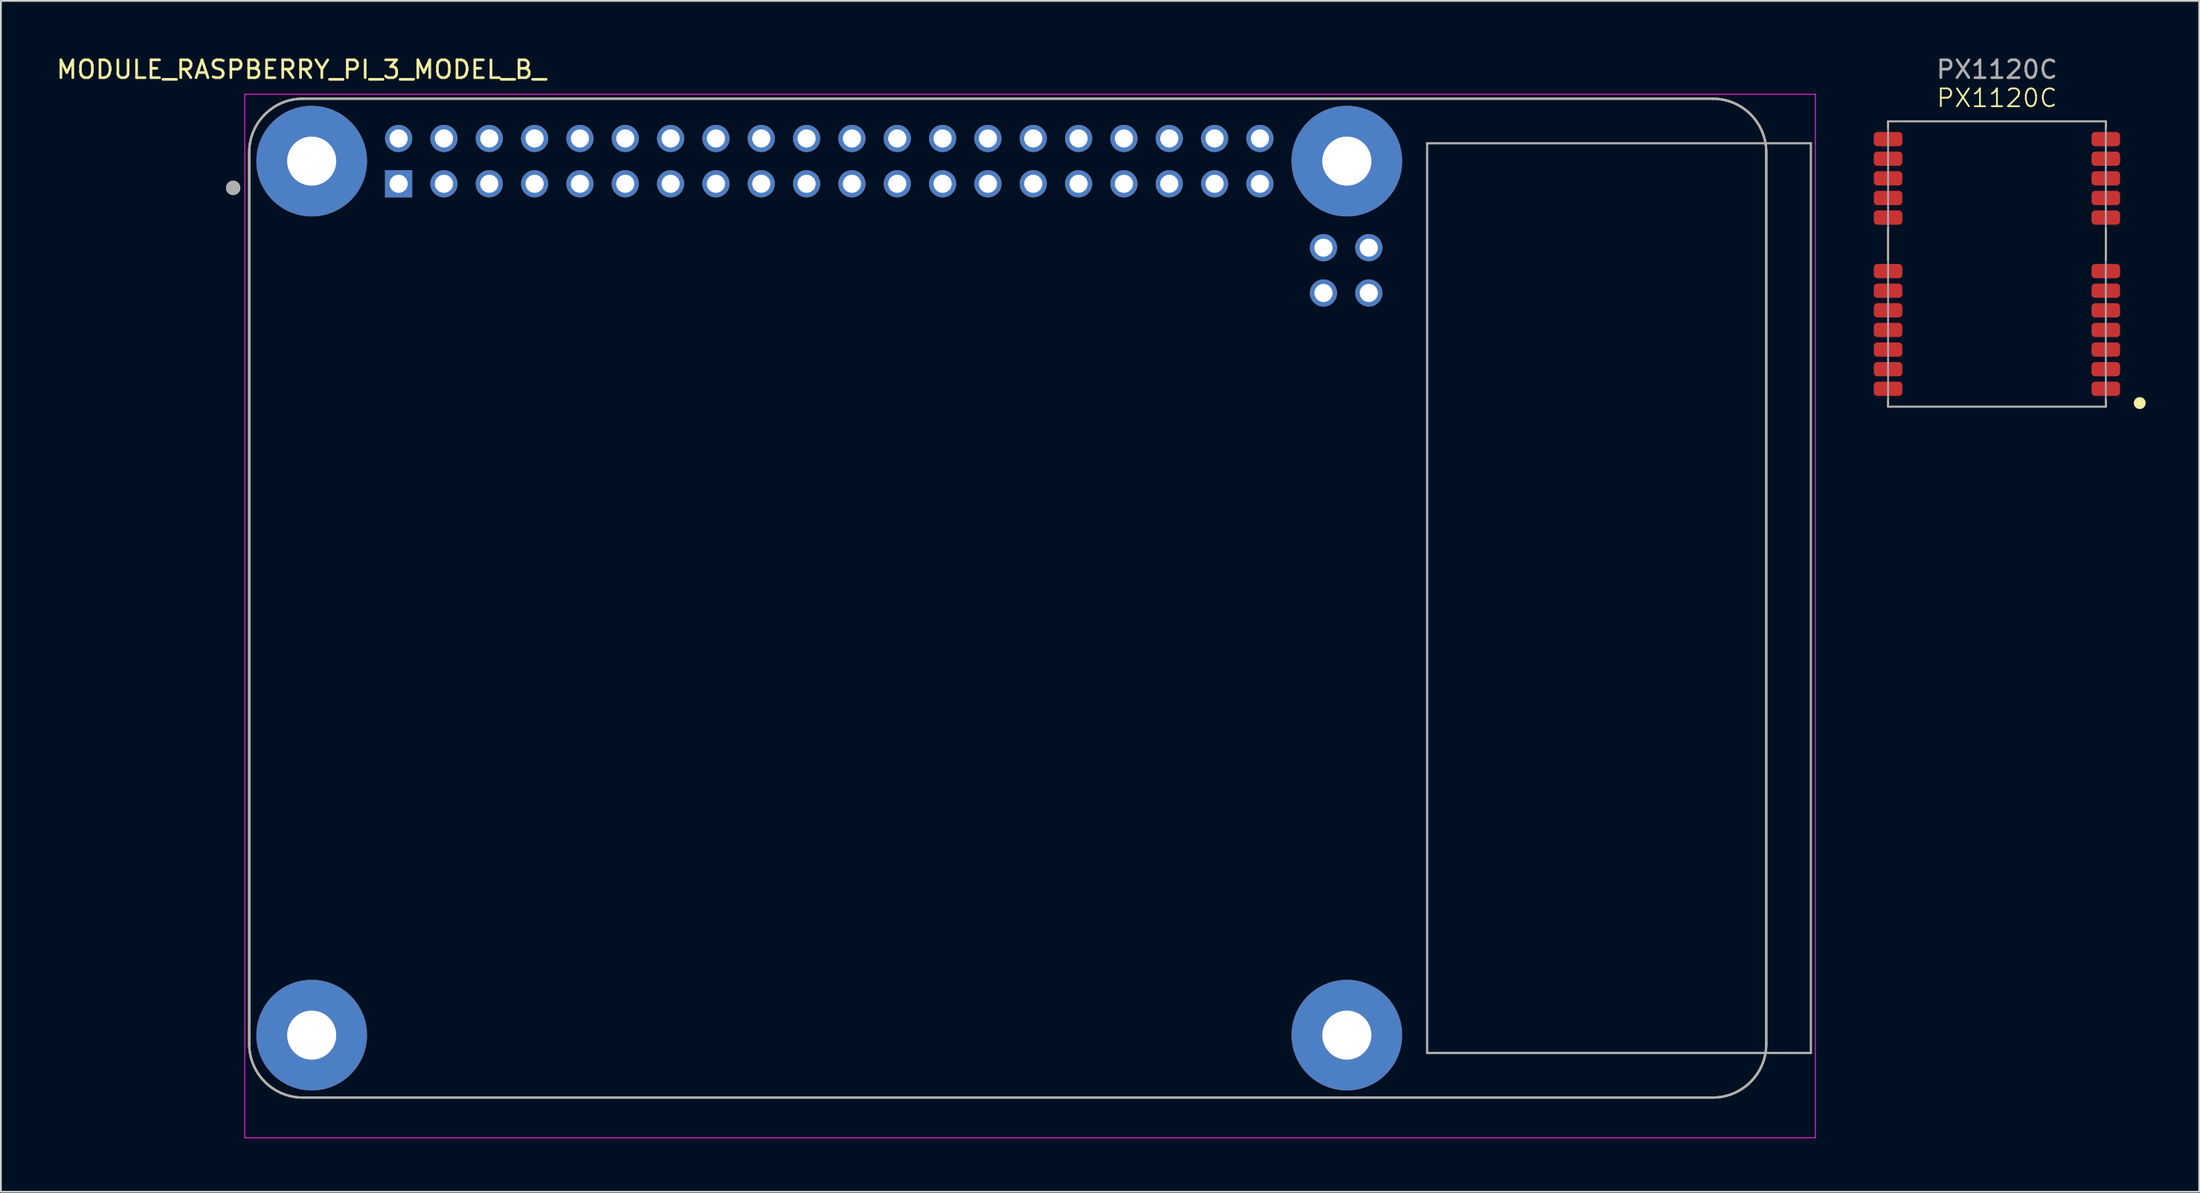
<source format=kicad_pcb>
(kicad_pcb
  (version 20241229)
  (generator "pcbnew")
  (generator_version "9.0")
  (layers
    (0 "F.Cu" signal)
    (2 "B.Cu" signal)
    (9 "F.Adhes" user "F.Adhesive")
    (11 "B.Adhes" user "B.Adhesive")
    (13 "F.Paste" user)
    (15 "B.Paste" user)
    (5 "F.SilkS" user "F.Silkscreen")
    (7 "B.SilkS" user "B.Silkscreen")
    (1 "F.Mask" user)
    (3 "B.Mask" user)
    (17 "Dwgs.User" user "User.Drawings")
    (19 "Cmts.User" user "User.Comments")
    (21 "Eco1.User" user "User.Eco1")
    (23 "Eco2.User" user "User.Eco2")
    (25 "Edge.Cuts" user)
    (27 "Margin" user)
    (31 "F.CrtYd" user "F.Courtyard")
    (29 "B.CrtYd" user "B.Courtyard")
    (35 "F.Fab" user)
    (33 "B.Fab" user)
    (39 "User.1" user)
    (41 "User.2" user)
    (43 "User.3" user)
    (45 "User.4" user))
  (footprint "MODULE_RASPBERRY_PI_3_MODEL_B_"
    (layer "F.Cu")
    (at 53.414 30.483)
    (property "Reference" "MODULE_RASPBERRY_PI_3_MODEL_B_" (at -39.575 -29.635 0) (layer "F.SilkS") (effects (font (size 1 1) (thickness 0.15))))
    (attr through_hole)
    (fp_line (start -42.5 -25) (end -42.5 25) (stroke (width 0.127) (type solid)) (layer "F.SilkS"))
    (fp_line (start -39.5 28) (end 39.5 28) (stroke (width 0.127) (type solid)) (layer "F.SilkS"))
    (fp_line (start 39.5 -28) (end -39.5 -28) (stroke (width 0.127) (type solid)) (layer "F.SilkS"))
    (fp_line (start 42.5 25) (end 42.5 -25) (stroke (width 0.127) (type solid)) (layer "F.SilkS"))
    (fp_arc (start -42.5 -25) (mid -41.62132 -27.12132) (end -39.5 -28) (stroke (width 0.127) (type solid)) (layer "F.SilkS"))
    (fp_arc (start -39.5 28) (mid -41.62132 27.12132) (end -42.5 25) (stroke (width 0.127) (type solid)) (layer "F.SilkS"))
    (fp_arc (start 39.5 -28) (mid 41.62132 -27.12132) (end 42.5 -25) (stroke (width 0.127) (type solid)) (layer "F.SilkS"))
    (fp_arc (start 42.5 25) (mid 41.62132 27.12132) (end 39.5 28) (stroke (width 0.127) (type solid)) (layer "F.SilkS"))
    (fp_circle (center -43.4 -23) (end -43.2 -23) (stroke (width 0.4) (type solid)) (fill no) (layer "F.SilkS"))
    (fp_line (start -42.75 -28.25) (end 45.25 -28.25) (stroke (width 0.05) (type solid)) (layer "F.CrtYd"))
    (fp_line (start -42.75 30.255) (end -42.75 -28.25) (stroke (width 0.05) (type solid)) (layer "F.CrtYd"))
    (fp_line (start 45.25 -28.25) (end 45.25 30.255) (stroke (width 0.05) (type solid)) (layer "F.CrtYd"))
    (fp_line (start 45.25 30.255) (end -42.75 30.255) (stroke (width 0.05) (type solid)) (layer "F.CrtYd"))
    (fp_line (start -42.5 -25) (end -42.5 25) (stroke (width 0.127) (type solid)) (layer "F.Fab"))
    (fp_line (start -39.5 28) (end 39.5 28) (stroke (width 0.127) (type solid)) (layer "F.Fab"))
    (fp_line (start 23.5 -25.5) (end 23.5 25.5) (stroke (width 0.127) (type solid)) (layer "F.Fab"))
    (fp_line (start 23.5 25.5) (end 45 25.5) (stroke (width 0.127) (type solid)) (layer "F.Fab"))
    (fp_line (start 39.5 -28) (end -39.5 -28) (stroke (width 0.127) (type solid)) (layer "F.Fab"))
    (fp_line (start 42.5 25) (end 42.5 -25) (stroke (width 0.127) (type solid)) (layer "F.Fab"))
    (fp_line (start 45 -25.5) (end 23.5 -25.5) (stroke (width 0.127) (type solid)) (layer "F.Fab"))
    (fp_line (start 45 25.5) (end 45 -25.5) (stroke (width 0.127) (type solid)) (layer "F.Fab"))
    (fp_arc (start -42.5 -25) (mid -41.62132 -27.12132) (end -39.5 -28) (stroke (width 0.127) (type solid)) (layer "F.Fab"))
    (fp_arc (start -39.5 28) (mid -41.62132 27.12132) (end -42.5 25) (stroke (width 0.127) (type solid)) (layer "F.Fab"))
    (fp_arc (start 39.5 -28) (mid 41.62132 -27.12132) (end 42.5 -25) (stroke (width 0.127) (type solid)) (layer "F.Fab"))
    (fp_arc (start 42.5 25) (mid 41.62132 27.12132) (end 39.5 28) (stroke (width 0.127) (type solid)) (layer "F.Fab"))
    (fp_circle (center -43.4 -23) (end -43.2 -23) (stroke (width 0.4) (type solid)) (fill no) (layer "F.Fab"))
    (pad "1" thru_hole rect (at -34.13 -23.23) (size 1.524 1.524) (drill 1.016) (layers "*.Cu" "*.Mask"))
    (pad "2" thru_hole circle (at -34.13 -25.77) (size 1.524 1.524) (drill 1.016) (layers "*.Cu" "*.Mask"))
    (pad "3" thru_hole circle (at -31.59 -23.23) (size 1.524 1.524) (drill 1.016) (layers "*.Cu" "*.Mask"))
    (pad "4" thru_hole circle (at -31.59 -25.77) (size 1.524 1.524) (drill 1.016) (layers "*.Cu" "*.Mask"))
    (pad "5" thru_hole circle (at -29.05 -23.23) (size 1.524 1.524) (drill 1.016) (layers "*.Cu" "*.Mask"))
    (pad "6" thru_hole circle (at -29.05 -25.77) (size 1.524 1.524) (drill 1.016) (layers "*.Cu" "*.Mask"))
    (pad "7" thru_hole circle (at -26.51 -23.23) (size 1.524 1.524) (drill 1.016) (layers "*.Cu" "*.Mask"))
    (pad "8" thru_hole circle (at -26.51 -25.77) (size 1.524 1.524) (drill 1.016) (layers "*.Cu" "*.Mask"))
    (pad "9" thru_hole circle (at -23.97 -23.23) (size 1.524 1.524) (drill 1.016) (layers "*.Cu" "*.Mask"))
    (pad "10" thru_hole circle (at -23.97 -25.77) (size 1.524 1.524) (drill 1.016) (layers "*.Cu" "*.Mask"))
    (pad "11" thru_hole circle (at -21.43 -23.23) (size 1.524 1.524) (drill 1.016) (layers "*.Cu" "*.Mask"))
    (pad "12" thru_hole circle (at -21.43 -25.77) (size 1.524 1.524) (drill 1.016) (layers "*.Cu" "*.Mask"))
    (pad "13" thru_hole circle (at -18.89 -23.23) (size 1.524 1.524) (drill 1.016) (layers "*.Cu" "*.Mask"))
    (pad "14" thru_hole circle (at -18.89 -25.77) (size 1.524 1.524) (drill 1.016) (layers "*.Cu" "*.Mask"))
    (pad "15" thru_hole circle (at -16.35 -23.23) (size 1.524 1.524) (drill 1.016) (layers "*.Cu" "*.Mask"))
    (pad "16" thru_hole circle (at -16.35 -25.77) (size 1.524 1.524) (drill 1.016) (layers "*.Cu" "*.Mask"))
    (pad "17" thru_hole circle (at -13.81 -23.23) (size 1.524 1.524) (drill 1.016) (layers "*.Cu" "*.Mask"))
    (pad "18" thru_hole circle (at -13.81 -25.77) (size 1.524 1.524) (drill 1.016) (layers "*.Cu" "*.Mask"))
    (pad "19" thru_hole circle (at -11.27 -23.23) (size 1.524 1.524) (drill 1.016) (layers "*.Cu" "*.Mask"))
    (pad "20" thru_hole circle (at -11.27 -25.77) (size 1.524 1.524) (drill 1.016) (layers "*.Cu" "*.Mask"))
    (pad "21" thru_hole circle (at -8.73 -23.23) (size 1.524 1.524) (drill 1.016) (layers "*.Cu" "*.Mask"))
    (pad "22" thru_hole circle (at -8.73 -25.77) (size 1.524 1.524) (drill 1.016) (layers "*.Cu" "*.Mask"))
    (pad "23" thru_hole circle (at -6.19 -23.23) (size 1.524 1.524) (drill 1.016) (layers "*.Cu" "*.Mask"))
    (pad "24" thru_hole circle (at -6.19 -25.77) (size 1.524 1.524) (drill 1.016) (layers "*.Cu" "*.Mask"))
    (pad "25" thru_hole circle (at -3.65 -23.23) (size 1.524 1.524) (drill 1.016) (layers "*.Cu" "*.Mask"))
    (pad "26" thru_hole circle (at -3.65 -25.77) (size 1.524 1.524) (drill 1.016) (layers "*.Cu" "*.Mask"))
    (pad "27" thru_hole circle (at -1.11 -23.23) (size 1.524 1.524) (drill 1.016) (layers "*.Cu" "*.Mask"))
    (pad "28" thru_hole circle (at -1.11 -25.77) (size 1.524 1.524) (drill 1.016) (layers "*.Cu" "*.Mask"))
    (pad "29" thru_hole circle (at 1.43 -23.23) (size 1.524 1.524) (drill 1.016) (layers "*.Cu" "*.Mask"))
    (pad "30" thru_hole circle (at 1.43 -25.77) (size 1.524 1.524) (drill 1.016) (layers "*.Cu" "*.Mask"))
    (pad "31" thru_hole circle (at 3.97 -23.23) (size 1.524 1.524) (drill 1.016) (layers "*.Cu" "*.Mask"))
    (pad "32" thru_hole circle (at 3.97 -25.77) (size 1.524 1.524) (drill 1.016) (layers "*.Cu" "*.Mask"))
    (pad "33" thru_hole circle (at 6.51 -23.23) (size 1.524 1.524) (drill 1.016) (layers "*.Cu" "*.Mask"))
    (pad "34" thru_hole circle (at 6.51 -25.77) (size 1.524 1.524) (drill 1.016) (layers "*.Cu" "*.Mask"))
    (pad "35" thru_hole circle (at 9.05 -23.23) (size 1.524 1.524) (drill 1.016) (layers "*.Cu" "*.Mask"))
    (pad "36" thru_hole circle (at 9.05 -25.77) (size 1.524 1.524) (drill 1.016) (layers "*.Cu" "*.Mask"))
    (pad "37" thru_hole circle (at 11.59 -23.23) (size 1.524 1.524) (drill 1.016) (layers "*.Cu" "*.Mask"))
    (pad "38" thru_hole circle (at 11.59 -25.77) (size 1.524 1.524) (drill 1.016) (layers "*.Cu" "*.Mask"))
    (pad "39" thru_hole circle (at 14.13 -23.23) (size 1.524 1.524) (drill 1.016) (layers "*.Cu" "*.Mask"))
    (pad "40" thru_hole circle (at 14.13 -25.77) (size 1.524 1.524) (drill 1.016) (layers "*.Cu" "*.Mask"))
    (pad "41" thru_hole circle (at 20.23 -17.107) (size 1.524 1.524) (drill 1.016) (layers "*.Cu" "*.Mask"))
    (pad "42" thru_hole circle (at 20.23 -19.647) (size 1.524 1.524) (drill 1.016) (layers "*.Cu" "*.Mask"))
    (pad "43" thru_hole circle (at 17.69 -17.107) (size 1.524 1.524) (drill 1.016) (layers "*.Cu" "*.Mask"))
    (pad "44" thru_hole circle (at 17.69 -19.647) (size 1.524 1.524) (drill 1.016) (layers "*.Cu" "*.Mask"))
    (pad "S1" thru_hole circle (at -39 -24.5) (size 6.2 6.2) (drill 2.75) (layers "*.Cu" "*.Mask"))
    (pad "S2" thru_hole circle (at 19 -24.5) (size 6.2 6.2) (drill 2.75) (layers "*.Cu" "*.Mask"))
    (pad "S3" thru_hole circle (at 19 24.5) (size 6.2 6.2) (drill 2.75) (layers "*.Cu" "*.Mask"))
    (pad "S4" thru_hole circle (at -39 24.5) (size 6.2 6.2) (drill 2.75) (layers "*.Cu" "*.Mask")))
  (footprint "PX1120C"
    (layer "F.Cu")
    (at 108.839 11.748)
    (property "Reference" "PX1120C" (at 0 -9.3 0) (unlocked yes) (layer "F.SilkS") (effects (font (size 1 1) (thickness 0.1))))
    (attr smd)
    (fp_line (start -6.1 -8) (end 6.1 -8) (stroke (width 0.1) (type default)) (layer "F.SilkS"))
    (fp_line (start -6.1 -7.6) (end -6.1 -8) (stroke (width 0.1) (type default)) (layer "F.SilkS"))
    (fp_line (start -6.1 -2) (end -6.1 -0.2) (stroke (width 0.1) (type default)) (layer "F.SilkS"))
    (fp_line (start -6.1 7.6) (end -6.1 8) (stroke (width 0.1) (type default)) (layer "F.SilkS"))
    (fp_line (start -6.1 8) (end 6.1 8) (stroke (width 0.1) (type default)) (layer "F.SilkS"))
    (fp_line (start 6.1 -8) (end 6.1 -7.6) (stroke (width 0.1) (type default)) (layer "F.SilkS"))
    (fp_line (start 6.1 -2) (end 6.1 -0.2) (stroke (width 0.1) (type default)) (layer "F.SilkS"))
    (fp_line (start 6.1 8) (end 6.1 7.6) (stroke (width 0.1) (type default)) (layer "F.SilkS"))
    (fp_circle (center 8 7.8) (end 8.283 7.8) (stroke (width 0.1) (type solid)) (fill yes) (layer "F.SilkS"))
    (fp_rect (start -7.1 -8.4) (end 7.1 8.4) (stroke (width 0.1) (type default)) (fill no) (layer "Margin"))
    (fp_rect (start -6.1 -8) (end 6.1 8) (stroke (width 0.1) (type default)) (fill no) (layer "F.Fab"))
    (fp_text user "${REFERENCE}" (at 0 -10.9 0) (unlocked yes) (layer "F.Fab") (effects (font (size 1 1) (thickness 0.15))))
    (pad "1" smd roundrect (at 6.1 7) (size 1.6 0.8) (layers "F.Cu" "F.Mask" "F.Paste") (roundrect_rratio 0.25))
    (pad "2" smd roundrect (at 6.1 5.9) (size 1.6 0.8) (layers "F.Cu" "F.Mask" "F.Paste") (roundrect_rratio 0.25))
    (pad "3" smd roundrect (at 6.1 4.8) (size 1.6 0.8) (layers "F.Cu" "F.Mask" "F.Paste") (roundrect_rratio 0.25))
    (pad "4" smd roundrect (at 6.1 3.7) (size 1.6 0.8) (layers "F.Cu" "F.Mask" "F.Paste") (roundrect_rratio 0.25))
    (pad "5" smd roundrect (at 6.1 2.6) (size 1.6 0.8) (layers "F.Cu" "F.Mask" "F.Paste") (roundrect_rratio 0.25))
    (pad "6" smd roundrect (at 6.1 1.5) (size 1.6 0.8) (layers "F.Cu" "F.Mask" "F.Paste") (roundrect_rratio 0.25))
    (pad "7" smd roundrect (at 6.1 0.4) (size 1.6 0.8) (layers "F.Cu" "F.Mask" "F.Paste") (roundrect_rratio 0.25))
    (pad "8" smd roundrect (at 6.1 -2.6) (size 1.6 0.8) (layers "F.Cu" "F.Mask" "F.Paste") (roundrect_rratio 0.25))
    (pad "9" smd roundrect (at 6.1 -3.7) (size 1.6 0.8) (layers "F.Cu" "F.Mask" "F.Paste") (roundrect_rratio 0.25))
    (pad "10" smd roundrect (at 6.1 -4.8) (size 1.6 0.8) (layers "F.Cu" "F.Mask" "F.Paste") (roundrect_rratio 0.25))
    (pad "11" smd roundrect (at 6.1 -5.9) (size 1.6 0.8) (layers "F.Cu" "F.Mask" "F.Paste") (roundrect_rratio 0.25))
    (pad "12" smd roundrect (at 6.1 -7) (size 1.6 0.8) (layers "F.Cu" "F.Mask" "F.Paste") (roundrect_rratio 0.25))
    (pad "13" smd roundrect (at -6.1 -7) (size 1.6 0.8) (layers "F.Cu" "F.Mask" "F.Paste") (roundrect_rratio 0.25))
    (pad "14" smd roundrect (at -6.1 -5.9) (size 1.6 0.8) (layers "F.Cu" "F.Mask" "F.Paste") (roundrect_rratio 0.25))
    (pad "15" smd roundrect (at -6.1 -4.8) (size 1.6 0.8) (layers "F.Cu" "F.Mask" "F.Paste") (roundrect_rratio 0.25))
    (pad "16" smd roundrect (at -6.1 -3.7) (size 1.6 0.8) (layers "F.Cu" "F.Mask" "F.Paste") (roundrect_rratio 0.25))
    (pad "17" smd roundrect (at -6.1 -2.6) (size 1.6 0.8) (layers "F.Cu" "F.Mask" "F.Paste") (roundrect_rratio 0.25))
    (pad "18" smd roundrect (at -6.1 0.4) (size 1.6 0.8) (layers "F.Cu" "F.Mask" "F.Paste") (roundrect_rratio 0.25))
    (pad "19" smd roundrect (at -6.1 1.5) (size 1.6 0.8) (layers "F.Cu" "F.Mask" "F.Paste") (roundrect_rratio 0.25))
    (pad "20" smd roundrect (at -6.1 2.6) (size 1.6 0.8) (layers "F.Cu" "F.Mask" "F.Paste") (roundrect_rratio 0.25))
    (pad "21" smd roundrect (at -6.1 3.7) (size 1.6 0.8) (layers "F.Cu" "F.Mask" "F.Paste") (roundrect_rratio 0.25))
    (pad "22" smd roundrect (at -6.1 4.8) (size 1.6 0.8) (layers "F.Cu" "F.Mask" "F.Paste") (roundrect_rratio 0.25))
    (pad "23" smd roundrect (at -6.1 5.9) (size 1.6 0.8) (layers "F.Cu" "F.Mask" "F.Paste") (roundrect_rratio 0.25))
    (pad "24" smd roundrect (at -6.1 7) (size 1.6 0.8) (layers "F.Cu" "F.Mask" "F.Paste") (roundrect_rratio 0.25)))
  (gr_rect
    (start -3 -3)
    (end 120.172 63.763)
    (stroke (width 0.1) (type default))
    (fill no)
    (layer "Edge.Cuts")))
</source>
